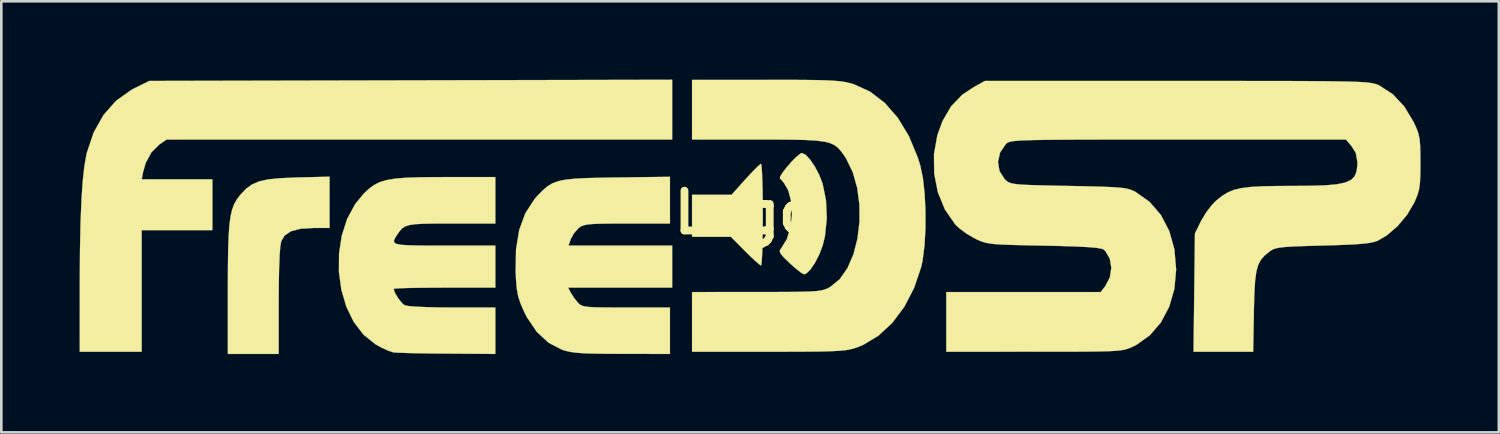
<source format=kicad_pcb>
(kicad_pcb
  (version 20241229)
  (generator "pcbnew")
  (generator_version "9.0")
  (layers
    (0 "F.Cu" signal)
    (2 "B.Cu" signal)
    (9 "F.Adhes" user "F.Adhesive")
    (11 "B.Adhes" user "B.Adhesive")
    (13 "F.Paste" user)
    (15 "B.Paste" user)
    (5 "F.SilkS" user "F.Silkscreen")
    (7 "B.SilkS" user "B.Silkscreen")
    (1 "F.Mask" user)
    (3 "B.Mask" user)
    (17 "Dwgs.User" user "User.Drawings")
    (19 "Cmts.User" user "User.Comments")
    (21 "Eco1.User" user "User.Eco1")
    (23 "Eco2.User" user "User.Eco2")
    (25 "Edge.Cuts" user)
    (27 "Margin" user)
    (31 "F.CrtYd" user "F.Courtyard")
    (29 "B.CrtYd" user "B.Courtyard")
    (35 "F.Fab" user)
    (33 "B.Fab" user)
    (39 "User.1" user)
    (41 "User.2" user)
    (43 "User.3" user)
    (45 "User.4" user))
  (footprint "Logo"
    (layer "F.Cu")
    (at 25.49 5.088)
    (property "Reference" "Logo" (at 0 0 0) (layer "F.SilkS") (effects (font (size 1.524 1.524) (thickness 0.3))))
    (attr through_hole)
    (fp_poly (pts (xy 0.629 -1.782) (xy 0.646 -1.556) (xy 0.66 -1.207) (xy 0.671 -0.76) (xy 0.676 -0.238) (xy 0.677 0.085) (xy 0.675 0.639) (xy 0.667 1.131) (xy 0.655 1.539) (xy 0.64 1.838) (xy 0.622 2.005) (xy 0.611 2.032) (xy 0.526 1.976) (xy 0.354 1.824) (xy 0.125 1.606) (xy 0 1.482) (xy -0.545 0.931) (xy -2.032 0.931) (xy -2.032 -0.677) (xy -0.519 -0.677) (xy 0.012 -1.27) (xy 0.249 -1.527) (xy 0.447 -1.728) (xy 0.578 -1.845) (xy 0.61 -1.863) (xy 0.629 -1.782)) (stroke (width 0.01) (type solid)) (fill yes) (layer "F.SilkS"))
    (fp_poly (pts (xy -2.794 -2.794) (xy -22.158 -2.794) (xy -22.438 -2.603) (xy -22.737 -2.308) (xy -22.96 -1.899) (xy -23.06 -1.545) (xy -23.11 -1.27) (xy -20.405 -1.27) (xy -20.405 0.677) (xy -23.114 0.677) (xy -23.114 5.334) (xy -25.485 5.334) (xy -25.484 2.688) (xy -25.477 1.481) (xy -25.456 0.437) (xy -25.421 -0.449) (xy -25.372 -1.184) (xy -25.308 -1.774) (xy -25.229 -2.223) (xy -25.217 -2.275) (xy -24.953 -3.061) (xy -24.576 -3.732) (xy -24.092 -4.28) (xy -23.506 -4.697) (xy -23.38 -4.763) (xy -22.821 -5.038) (xy -12.808 -5.061) (xy -2.794 -5.083) (xy -2.794 -2.794)) (stroke (width 0.01) (type solid)) (fill yes) (layer "F.SilkS"))
    (fp_poly (pts (xy -15.917 0.593) (xy -16.513 0.593) (xy -17.027 0.623) (xy -17.398 0.72) (xy -17.644 0.89) (xy -17.769 1.104) (xy -17.803 1.297) (xy -17.831 1.647) (xy -17.85 2.146) (xy -17.862 2.783) (xy -17.865 3.399) (xy -17.865 5.419) (xy -19.812 5.419) (xy -19.812 2.936) (xy -19.81 2.12) (xy -19.801 1.453) (xy -19.783 0.916) (xy -19.754 0.49) (xy -19.71 0.155) (xy -19.649 -0.109) (xy -19.57 -0.321) (xy -19.468 -0.501) (xy -19.341 -0.668) (xy -19.334 -0.677) (xy -19.119 -0.903) (xy -18.891 -1.07) (xy -18.619 -1.188) (xy -18.271 -1.266) (xy -17.819 -1.312) (xy -17.231 -1.338) (xy -17.166 -1.34) (xy -15.917 -1.37) (xy -15.917 0.593)) (stroke (width 0.01) (type solid)) (fill yes) (layer "F.SilkS"))
    (fp_poly (pts (xy 2.312 -2.214) (xy 2.486 -2.03) (xy 2.669 -1.76) (xy 2.837 -1.442) (xy 2.966 -1.113) (xy 2.966 -1.113) (xy 3.098 -0.471) (xy 3.129 0.227) (xy 3.059 0.906) (xy 2.971 1.265) (xy 2.839 1.612) (xy 2.674 1.931) (xy 2.5 2.186) (xy 2.341 2.34) (xy 2.261 2.369) (xy 2.153 2.313) (xy 1.964 2.168) (xy 1.733 1.964) (xy 1.707 1.94) (xy 1.477 1.716) (xy 1.355 1.573) (xy 1.323 1.476) (xy 1.363 1.394) (xy 1.386 1.367) (xy 1.597 1.027) (xy 1.735 0.585) (xy 1.795 0.094) (xy 1.772 -0.393) (xy 1.66 -0.822) (xy 1.618 -0.912) (xy 1.49 -1.128) (xy 1.372 -1.269) (xy 1.336 -1.292) (xy 1.338 -1.364) (xy 1.43 -1.518) (xy 1.584 -1.719) (xy 1.767 -1.931) (xy 1.95 -2.118) (xy 2.102 -2.244) (xy 2.174 -2.277) (xy 2.312 -2.214)) (stroke (width 0.01) (type solid)) (fill yes) (layer "F.SilkS"))
    (fp_poly (pts (xy -2.879 0.423) (xy -4.518 0.423) (xy -5.09 0.425) (xy -5.517 0.43) (xy -5.825 0.441) (xy -6.04 0.461) (xy -6.187 0.492) (xy -6.291 0.536) (xy -6.372 0.592) (xy -6.559 0.799) (xy -6.676 1.015) (xy -6.765 1.27) (xy -2.794 1.27) (xy -2.794 2.879) (xy -6.779 2.879) (xy -6.681 3.069) (xy -6.548 3.278) (xy -6.409 3.45) (xy -6.344 3.515) (xy -6.267 3.563) (xy -6.154 3.597) (xy -5.981 3.62) (xy -5.723 3.633) (xy -5.357 3.639) (xy -4.857 3.641) (xy -4.557 3.641) (xy -2.879 3.641) (xy -2.879 5.419) (xy -4.72 5.416) (xy -5.354 5.413) (xy -5.845 5.405) (xy -6.22 5.391) (xy -6.505 5.368) (xy -6.727 5.335) (xy -6.913 5.289) (xy -7.013 5.257) (xy -7.528 4.991) (xy -7.979 4.573) (xy -8.359 4.012) (xy -8.474 3.781) (xy -8.605 3.478) (xy -8.691 3.216) (xy -8.743 2.937) (xy -8.774 2.584) (xy -8.789 2.282) (xy -8.775 1.415) (xy -8.652 0.669) (xy -8.419 0.033) (xy -8.071 -0.506) (xy -7.932 -0.664) (xy -7.744 -0.853) (xy -7.569 -1.002) (xy -7.384 -1.115) (xy -7.164 -1.197) (xy -6.887 -1.255) (xy -6.528 -1.293) (xy -6.065 -1.317) (xy -5.473 -1.331) (xy -4.932 -1.339) (xy -2.879 -1.366) (xy -2.879 0.423)) (stroke (width 0.01) (type solid)) (fill yes) (layer "F.SilkS"))
    (fp_poly (pts (xy -9.567 0.423) (xy -11.244 0.423) (xy -11.84 0.424) (xy -12.292 0.431) (xy -12.623 0.448) (xy -12.859 0.481) (xy -13.023 0.534) (xy -13.142 0.613) (xy -13.238 0.722) (xy -13.323 0.844) (xy -13.407 0.976) (xy -13.451 1.077) (xy -13.439 1.152) (xy -13.352 1.205) (xy -13.175 1.239) (xy -12.889 1.258) (xy -12.478 1.267) (xy -11.926 1.27) (xy -11.515 1.27) (xy -9.567 1.27) (xy -9.567 2.879) (xy -11.515 2.879) (xy -12.069 2.881) (xy -12.561 2.886) (xy -12.969 2.894) (xy -13.268 2.905) (xy -13.435 2.917) (xy -13.462 2.925) (xy -13.41 3.083) (xy -13.287 3.289) (xy -13.14 3.473) (xy -13.043 3.553) (xy -12.903 3.583) (xy -12.616 3.608) (xy -12.206 3.626) (xy -11.696 3.638) (xy -11.224 3.641) (xy -9.567 3.641) (xy -9.567 5.419) (xy -11.409 5.406) (xy -11.964 5.401) (xy -12.473 5.393) (xy -12.907 5.384) (xy -13.239 5.373) (xy -13.44 5.363) (xy -13.474 5.359) (xy -13.666 5.297) (xy -13.934 5.173) (xy -14.151 5.054) (xy -14.616 4.682) (xy -14.991 4.192) (xy -15.274 3.61) (xy -15.464 2.962) (xy -15.558 2.276) (xy -15.554 1.577) (xy -15.45 0.893) (xy -15.244 0.25) (xy -14.933 -0.326) (xy -14.607 -0.722) (xy -14.408 -0.908) (xy -14.211 -1.053) (xy -13.99 -1.163) (xy -13.725 -1.243) (xy -13.39 -1.298) (xy -12.963 -1.331) (xy -12.42 -1.348) (xy -11.739 -1.354) (xy -11.5 -1.355) (xy -9.567 -1.355) (xy -9.567 0.423)) (stroke (width 0.01) (type solid)) (fill yes) (layer "F.SilkS"))
    (fp_poly (pts (xy 1.574 -5.079) (xy 2.203 -5.077) (xy 2.704 -5.071) (xy 3.098 -5.061) (xy 3.403 -5.045) (xy 3.641 -5.024) (xy 3.833 -4.995) (xy 3.998 -4.959) (xy 4.158 -4.913) (xy 4.161 -4.912) (xy 4.784 -4.629) (xy 5.35 -4.196) (xy 5.85 -3.623) (xy 6.275 -2.922) (xy 6.614 -2.103) (xy 6.708 -1.804) (xy 6.809 -1.322) (xy 6.876 -0.724) (xy 6.909 -0.059) (xy 6.908 0.622) (xy 6.871 1.269) (xy 6.799 1.833) (xy 6.746 2.085) (xy 6.473 2.891) (xy 6.098 3.613) (xy 5.636 4.23) (xy 5.099 4.726) (xy 4.504 5.081) (xy 4.286 5.168) (xy 4.148 5.213) (xy 4.001 5.249) (xy 3.826 5.277) (xy 3.604 5.298) (xy 3.314 5.313) (xy 2.938 5.324) (xy 2.456 5.33) (xy 1.849 5.333) (xy 1.096 5.334) (xy 0.891 5.334) (xy -2.032 5.334) (xy -2.032 3.048) (xy 0.445 3.047) (xy 1.158 3.046) (xy 1.723 3.043) (xy 2.16 3.038) (xy 2.489 3.028) (xy 2.732 3.012) (xy 2.908 2.988) (xy 3.039 2.956) (xy 3.146 2.914) (xy 3.247 2.861) (xy 3.26 2.854) (xy 3.625 2.555) (xy 3.923 2.128) (xy 4.15 1.601) (xy 4.304 1.003) (xy 4.381 0.361) (xy 4.379 -0.297) (xy 4.294 -0.941) (xy 4.123 -1.543) (xy 3.864 -2.076) (xy 3.803 -2.169) (xy 3.683 -2.336) (xy 3.565 -2.471) (xy 3.43 -2.576) (xy 3.258 -2.656) (xy 3.031 -2.713) (xy 2.728 -2.752) (xy 2.332 -2.776) (xy 1.821 -2.788) (xy 1.178 -2.793) (xy 0.474 -2.794) (xy -2.032 -2.794) (xy -2.032 -5.08) (xy 0.795 -5.08) (xy 1.574 -5.079)) (stroke (width 0.01) (type solid)) (fill yes) (layer "F.SilkS"))
    (fp_poly (pts (xy 17.838 -5.038) (xy 18.965 -5.037) (xy 19.944 -5.036) (xy 20.788 -5.035) (xy 21.506 -5.032) (xy 22.11 -5.028) (xy 22.611 -5.022) (xy 23.019 -5.015) (xy 23.347 -5.006) (xy 23.604 -4.994) (xy 23.803 -4.98) (xy 23.953 -4.962) (xy 24.067 -4.942) (xy 24.154 -4.919) (xy 24.227 -4.892) (xy 24.295 -4.861) (xy 24.299 -4.859) (xy 24.807 -4.53) (xy 25.249 -4.058) (xy 25.602 -3.471) (xy 25.715 -3.226) (xy 25.79 -3.02) (xy 25.835 -2.807) (xy 25.857 -2.542) (xy 25.865 -2.181) (xy 25.866 -1.905) (xy 25.863 -1.461) (xy 25.849 -1.14) (xy 25.817 -0.898) (xy 25.76 -0.689) (xy 25.67 -0.467) (xy 25.622 -0.361) (xy 25.35 0.097) (xy 24.988 0.526) (xy 24.58 0.878) (xy 24.234 1.081) (xy 24.084 1.132) (xy 23.873 1.172) (xy 23.58 1.204) (xy 23.182 1.23) (xy 22.655 1.251) (xy 22.125 1.266) (xy 21.524 1.283) (xy 21.068 1.299) (xy 20.733 1.318) (xy 20.495 1.342) (xy 20.329 1.375) (xy 20.211 1.417) (xy 20.117 1.473) (xy 20.093 1.491) (xy 19.904 1.645) (xy 19.76 1.807) (xy 19.656 2.001) (xy 19.584 2.254) (xy 19.537 2.592) (xy 19.508 3.041) (xy 19.491 3.628) (xy 19.488 3.789) (xy 19.46 5.334) (xy 17.177 5.334) (xy 17.203 3.069) (xy 17.23 0.804) (xy 17.468 0.32) (xy 17.658 0.000078) (xy 17.895 -0.304) (xy 18.049 -0.459) (xy 18.266 -0.631) (xy 18.48 -0.764) (xy 18.719 -0.863) (xy 19.007 -0.932) (xy 19.37 -0.977) (xy 19.832 -1.003) (xy 20.421 -1.014) (xy 20.93 -1.016) (xy 21.653 -1.021) (xy 22.225 -1.039) (xy 22.662 -1.078) (xy 22.983 -1.144) (xy 23.204 -1.242) (xy 23.344 -1.38) (xy 23.42 -1.563) (xy 23.45 -1.799) (xy 23.453 -1.935) (xy 23.39 -2.285) (xy 23.233 -2.534) (xy 23.014 -2.794) (xy 16.587 -2.794) (xy 15.392 -2.794) (xy 14.355 -2.793) (xy 13.463 -2.792) (xy 12.707 -2.79) (xy 12.074 -2.787) (xy 11.552 -2.782) (xy 11.131 -2.775) (xy 10.799 -2.767) (xy 10.543 -2.755) (xy 10.353 -2.741) (xy 10.217 -2.724) (xy 10.124 -2.703) (xy 10.062 -2.679) (xy 10.019 -2.651) (xy 9.987 -2.621) (xy 9.767 -2.299) (xy 9.686 -1.938) (xy 9.744 -1.583) (xy 9.943 -1.275) (xy 9.963 -1.256) (xy 10.031 -1.196) (xy 10.107 -1.149) (xy 10.212 -1.114) (xy 10.367 -1.087) (xy 10.593 -1.066) (xy 10.91 -1.051) (xy 11.341 -1.038) (xy 11.905 -1.025) (xy 12.389 -1.016) (xy 13.064 -1.002) (xy 13.591 -0.989) (xy 13.994 -0.974) (xy 14.295 -0.955) (xy 14.516 -0.931) (xy 14.68 -0.899) (xy 14.808 -0.857) (xy 14.924 -0.803) (xy 14.96 -0.784) (xy 15.496 -0.404) (xy 15.928 0.1) (xy 16.246 0.71) (xy 16.443 1.412) (xy 16.51 2.188) (xy 16.442 2.931) (xy 16.244 3.611) (xy 15.928 4.208) (xy 15.506 4.701) (xy 14.988 5.071) (xy 14.866 5.132) (xy 14.755 5.182) (xy 14.649 5.223) (xy 14.529 5.256) (xy 14.378 5.281) (xy 14.178 5.301) (xy 13.912 5.314) (xy 13.563 5.323) (xy 13.112 5.329) (xy 12.543 5.332) (xy 11.838 5.333) (xy 11.07 5.333) (xy 7.705 5.334) (xy 7.705 3.048) (xy 13.619 3.048) (xy 13.792 2.828) (xy 13.969 2.492) (xy 14.027 2.121) (xy 13.968 1.765) (xy 13.793 1.474) (xy 13.737 1.421) (xy 13.64 1.384) (xy 13.44 1.352) (xy 13.122 1.326) (xy 12.673 1.303) (xy 12.08 1.284) (xy 11.438 1.27) (xy 10.777 1.257) (xy 10.261 1.244) (xy 9.868 1.23) (xy 9.572 1.212) (xy 9.352 1.186) (xy 9.183 1.152) (xy 9.041 1.106) (xy 8.903 1.046) (xy 8.79 0.991) (xy 8.481 0.811) (xy 8.194 0.598) (xy 8.049 0.459) (xy 7.653 -0.115) (xy 7.383 -0.776) (xy 7.242 -1.492) (xy 7.234 -2.231) (xy 7.364 -2.961) (xy 7.559 -3.497) (xy 7.89 -4.064) (xy 8.314 -4.506) (xy 8.736 -4.788) (xy 9.186 -5.038) (xy 16.552 -5.038) (xy 17.838 -5.038)) (stroke (width 0.01) (type solid)) (fill yes) (layer "F.SilkS")))
  (gr_rect
    (start -3 -3)
    (end 54.36 13.512)
    (stroke (width 0.1) (type default))
    (fill no)
    (layer "Edge.Cuts")))
</source>
